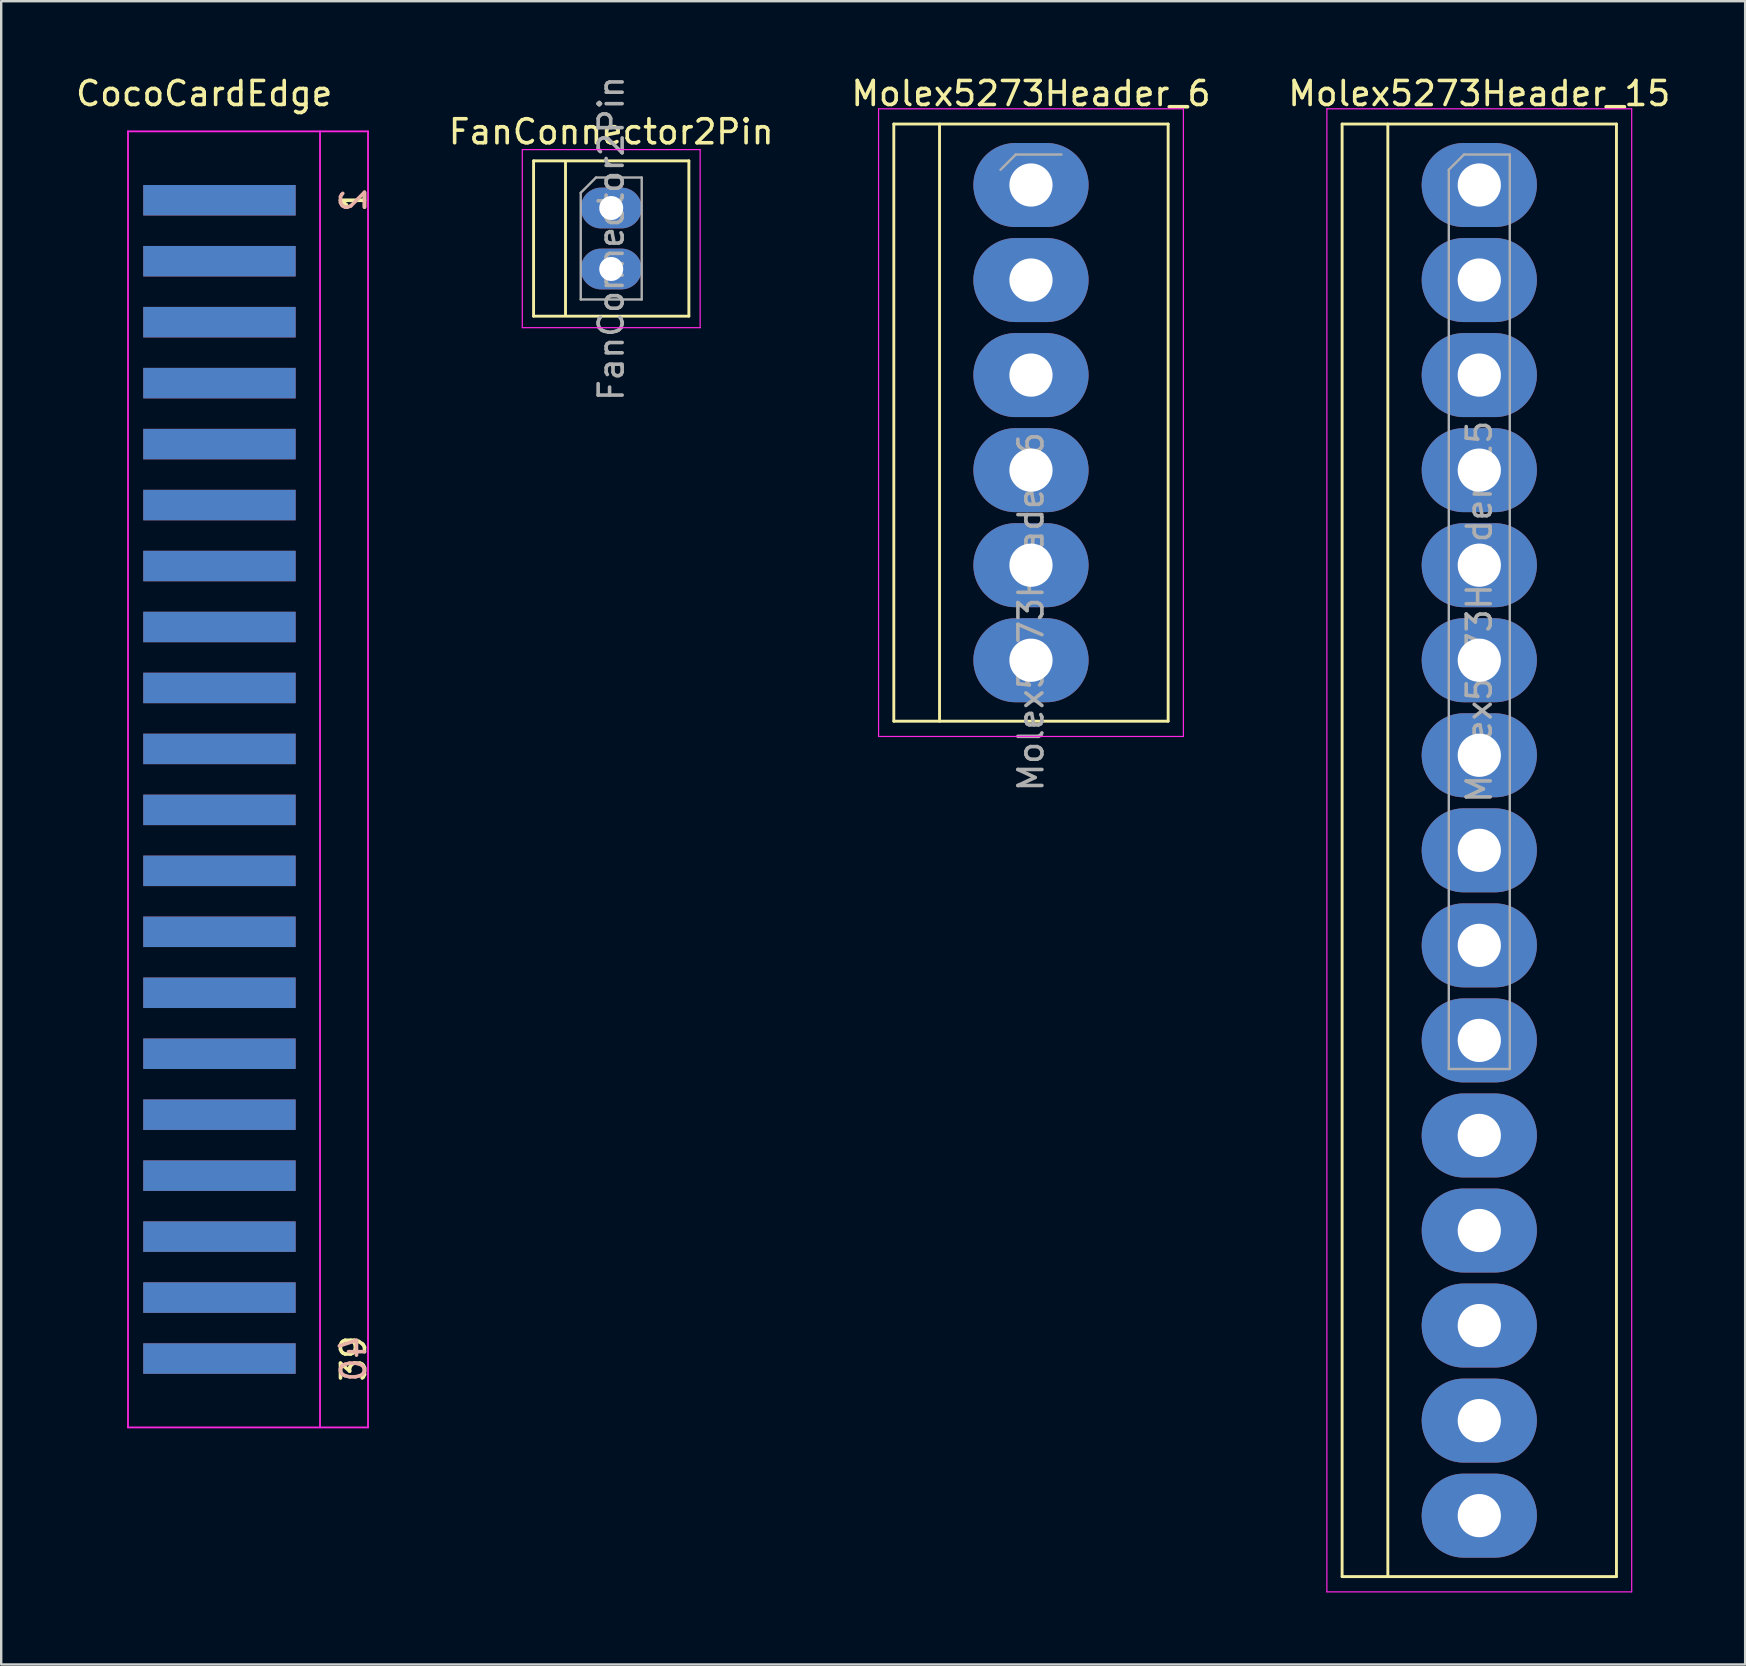
<source format=kicad_pcb>
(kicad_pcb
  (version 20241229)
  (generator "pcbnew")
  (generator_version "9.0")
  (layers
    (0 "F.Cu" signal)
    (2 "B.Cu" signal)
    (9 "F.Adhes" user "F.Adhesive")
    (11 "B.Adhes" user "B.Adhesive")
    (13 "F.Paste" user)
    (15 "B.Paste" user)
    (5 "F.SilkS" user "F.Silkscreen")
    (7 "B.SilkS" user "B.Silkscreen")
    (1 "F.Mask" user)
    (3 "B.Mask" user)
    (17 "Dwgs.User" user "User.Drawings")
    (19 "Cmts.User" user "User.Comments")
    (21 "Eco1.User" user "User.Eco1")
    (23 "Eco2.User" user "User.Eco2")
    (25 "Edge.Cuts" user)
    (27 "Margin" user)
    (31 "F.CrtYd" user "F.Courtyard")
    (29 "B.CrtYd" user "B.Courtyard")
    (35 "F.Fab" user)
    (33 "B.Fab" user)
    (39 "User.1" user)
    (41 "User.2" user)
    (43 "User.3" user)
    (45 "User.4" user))
  (footprint "CocoCardEdge"
    (layer "F.Cu")
    (at 2.283 29.423)
    (property "Reference" "CocoCardEdge" (at 3.175 -28.575 0) (layer "F.SilkS") (effects (font (size 1 1) (thickness 0.15))))
    (attr through_hole)
    (fp_line (start 0 -27) (end 0 27) (stroke (width 0.075) (type solid)) (layer "F.CrtYd"))
    (fp_line (start 8 27) (end 8 -27) (stroke (width 0.075) (type solid)) (layer "F.CrtYd"))
    (fp_line (start 10 -27) (end 0 -27) (stroke (width 0.075) (type solid)) (layer "F.CrtYd"))
    (fp_line (start 10 -27) (end 10 27) (stroke (width 0.075) (type solid)) (layer "F.CrtYd"))
    (fp_line (start 10 27) (end 0 27) (stroke (width 0.075) (type solid)) (layer "F.CrtYd"))
    (fp_text user "1" (at 9.398 -24.13 90) (layer "F.SilkS") (effects (font (size 1 1) (thickness 0.15))))
    (fp_text user "39" (at 9.398 24.13 90) (layer "F.SilkS") (effects (font (size 1 1) (thickness 0.15))))
    (fp_text user "2" (at 9.398 -24.13 90) (layer "B.SilkS") (effects (font (size 1 1) (thickness 0.15)) (justify mirror)))
    (fp_text user "40" (at 9.398 24.13 90) (layer "B.SilkS") (effects (font (size 1 1) (thickness 0.15)) (justify mirror)))
    (pad "1" connect rect (at 3.81 -24.13) (size 6.35 1.27) (layers "F.Cu" "F.Mask"))
    (pad "2" connect rect (at 3.81 -24.13) (size 6.35 1.27) (layers "B.Cu" "B.Mask"))
    (pad "3" connect rect (at 3.81 -21.59) (size 6.35 1.27) (layers "F.Cu" "F.Mask"))
    (pad "4" connect rect (at 3.81 -21.59) (size 6.35 1.27) (layers "B.Cu" "B.Mask"))
    (pad "5" connect rect (at 3.81 -19.05) (size 6.35 1.27) (layers "F.Cu" "F.Mask"))
    (pad "6" connect rect (at 3.81 -19.05) (size 6.35 1.27) (layers "B.Cu" "B.Mask"))
    (pad "7" connect rect (at 3.81 -16.51) (size 6.35 1.27) (layers "F.Cu" "F.Mask"))
    (pad "8" connect rect (at 3.81 -16.51) (size 6.35 1.27) (layers "B.Cu" "B.Mask"))
    (pad "9" connect rect (at 3.81 -13.97) (size 6.35 1.27) (layers "F.Cu" "F.Mask"))
    (pad "10" connect rect (at 3.81 -13.97) (size 6.35 1.27) (layers "B.Cu" "B.Mask"))
    (pad "11" connect rect (at 3.81 -11.43) (size 6.35 1.27) (layers "F.Cu" "F.Mask"))
    (pad "12" connect rect (at 3.81 -11.43) (size 6.35 1.27) (layers "B.Cu" "B.Mask"))
    (pad "13" connect rect (at 3.81 -8.89) (size 6.35 1.27) (layers "F.Cu" "F.Mask"))
    (pad "14" connect rect (at 3.81 -8.89) (size 6.35 1.27) (layers "B.Cu" "B.Mask"))
    (pad "15" connect rect (at 3.81 -6.35) (size 6.35 1.27) (layers "F.Cu" "F.Mask"))
    (pad "16" connect rect (at 3.81 -6.35) (size 6.35 1.27) (layers "B.Cu" "B.Mask"))
    (pad "17" connect rect (at 3.81 -3.81) (size 6.35 1.27) (layers "F.Cu" "F.Mask"))
    (pad "18" connect rect (at 3.81 -3.81) (size 6.35 1.27) (layers "B.Cu" "B.Mask"))
    (pad "19" connect rect (at 3.81 -1.27) (size 6.35 1.27) (layers "F.Cu" "F.Mask"))
    (pad "20" connect rect (at 3.81 -1.27) (size 6.35 1.27) (layers "B.Cu" "B.Mask"))
    (pad "21" connect rect (at 3.81 1.27) (size 6.35 1.27) (layers "F.Cu" "F.Mask"))
    (pad "22" connect rect (at 3.81 1.27) (size 6.35 1.27) (layers "B.Cu" "B.Mask"))
    (pad "23" connect rect (at 3.81 3.81) (size 6.35 1.27) (layers "F.Cu" "F.Mask"))
    (pad "24" connect rect (at 3.81 3.81) (size 6.35 1.27) (layers "B.Cu" "B.Mask"))
    (pad "25" connect rect (at 3.81 6.35) (size 6.35 1.27) (layers "F.Cu" "F.Mask"))
    (pad "26" connect rect (at 3.81 6.35) (size 6.35 1.27) (layers "B.Cu" "B.Mask"))
    (pad "27" connect rect (at 3.81 8.89) (size 6.35 1.27) (layers "F.Cu" "F.Mask"))
    (pad "28" connect rect (at 3.81 8.89) (size 6.35 1.27) (layers "B.Cu" "B.Mask"))
    (pad "29" connect rect (at 3.81 11.43) (size 6.35 1.27) (layers "F.Cu" "F.Mask"))
    (pad "30" connect rect (at 3.81 11.43) (size 6.35 1.27) (layers "B.Cu" "B.Mask"))
    (pad "31" connect rect (at 3.81 13.97) (size 6.35 1.27) (layers "F.Cu" "F.Mask"))
    (pad "32" connect rect (at 3.81 13.97) (size 6.35 1.27) (layers "B.Cu" "B.Mask"))
    (pad "33" connect rect (at 3.81 16.51) (size 6.35 1.27) (layers "F.Cu" "F.Mask"))
    (pad "34" connect rect (at 3.81 16.51) (size 6.35 1.27) (layers "B.Cu" "B.Mask"))
    (pad "35" connect rect (at 3.81 19.05) (size 6.35 1.27) (layers "F.Cu" "F.Mask"))
    (pad "36" connect rect (at 3.81 19.05) (size 6.35 1.27) (layers "B.Cu" "B.Mask"))
    (pad "37" connect rect (at 3.81 21.59) (size 6.35 1.27) (layers "F.Cu" "F.Mask"))
    (pad "38" connect rect (at 3.81 21.59) (size 6.35 1.27) (layers "B.Cu" "B.Mask"))
    (pad "39" connect rect (at 3.81 24.13) (size 6.35 1.27) (layers "F.Cu" "F.Mask"))
    (pad "40" connect rect (at 3.81 24.13) (size 6.35 1.27) (layers "B.Cu" "B.Mask")))
  (footprint "FanConnector2Pin"
    (layer "F.Cu")
    (at 22.416 5.617)
    (property "Reference" "FanConnector2Pin" (at 0 -3.175 0) (layer "F.SilkS") (effects (font (size 1 1) (thickness 0.15))))
    (attr through_hole)
    (fp_line (start -3.235 -1.965) (end 3.235 -1.965) (stroke (width 0.12) (type solid)) (layer "F.SilkS"))
    (fp_line (start -3.235 4.505) (end -3.235 -1.965) (stroke (width 0.12) (type solid)) (layer "F.SilkS"))
    (fp_line (start -3.235 4.505) (end 3.235 4.505) (stroke (width 0.12) (type solid)) (layer "F.SilkS"))
    (fp_line (start -1.905 -1.905) (end -1.905 4.445) (stroke (width 0.12) (type solid)) (layer "F.SilkS"))
    (fp_line (start 3.235 -1.965) (end 3.235 4.505) (stroke (width 0.12) (type solid)) (layer "F.SilkS"))
    (fp_line (start -3.705 -2.435) (end -3.705 4.985) (stroke (width 0.05) (type solid)) (layer "F.CrtYd"))
    (fp_line (start -3.705 4.985) (end 3.705 4.985) (stroke (width 0.05) (type solid)) (layer "F.CrtYd"))
    (fp_line (start 3.705 -2.435) (end -3.705 -2.435) (stroke (width 0.05) (type solid)) (layer "F.CrtYd"))
    (fp_line (start 3.705 4.985) (end 3.705 -2.435) (stroke (width 0.05) (type solid)) (layer "F.CrtYd"))
    (fp_line (start -1.27 -0.635) (end -0.635 -1.27) (stroke (width 0.1) (type solid)) (layer "F.Fab"))
    (fp_line (start -1.27 3.81) (end -1.27 -0.635) (stroke (width 0.1) (type solid)) (layer "F.Fab"))
    (fp_line (start -0.635 -1.27) (end 1.27 -1.27) (stroke (width 0.1) (type solid)) (layer "F.Fab"))
    (fp_line (start 1.27 -1.27) (end 1.27 3.81) (stroke (width 0.1) (type solid)) (layer "F.Fab"))
    (fp_line (start 1.27 3.81) (end -1.27 3.81) (stroke (width 0.1) (type solid)) (layer "F.Fab"))
    (fp_text user "${REFERENCE}" (at 0 1.27 90) (layer "F.Fab") (effects (font (size 1 1) (thickness 0.15))))
    (pad "1" thru_hole oval (at 0 0) (size 2.54 1.7) (drill 1) (layers "*.Cu" "*.Mask"))
    (pad "2" thru_hole oval (at 0 2.54) (size 2.54 1.7) (drill 1) (layers "*.Cu" "*.Mask")))
  (footprint "Molex5273Header_6"
    (layer "F.Cu")
    (at 39.905 4.658)
    (property "Reference" "Molex5273Header_6" (at 0 -3.81 0) (layer "F.SilkS") (effects (font (size 1 1) (thickness 0.15))))
    (attr through_hole)
    (fp_line (start -5.715 -2.54) (end 5.715 -2.54) (stroke (width 0.12) (type solid)) (layer "F.SilkS"))
    (fp_line (start -5.715 22.34) (end -5.715 -2.54) (stroke (width 0.12) (type solid)) (layer "F.SilkS"))
    (fp_line (start -3.81 -2.54) (end -3.81 22.34) (stroke (width 0.12) (type solid)) (layer "F.SilkS"))
    (fp_line (start 5.715 -2.54) (end 5.715 22.34) (stroke (width 0.12) (type solid)) (layer "F.SilkS"))
    (fp_line (start 5.715 22.34) (end -5.715 22.34) (stroke (width 0.12) (type solid)) (layer "F.SilkS"))
    (fp_line (start -6.35 -3.175) (end -6.35 22.975) (stroke (width 0.05) (type solid)) (layer "F.CrtYd"))
    (fp_line (start -6.35 22.975) (end 6.35 22.975) (stroke (width 0.05) (type solid)) (layer "F.CrtYd"))
    (fp_line (start 6.35 -3.175) (end -6.35 -3.175) (stroke (width 0.05) (type solid)) (layer "F.CrtYd"))
    (fp_line (start 6.35 22.975) (end 6.35 -3.175) (stroke (width 0.05) (type solid)) (layer "F.CrtYd"))
    (fp_line (start -1.27 -0.635) (end -0.635 -1.27) (stroke (width 0.1) (type solid)) (layer "F.Fab"))
    (fp_line (start -0.635 -1.27) (end 1.27 -1.27) (stroke (width 0.1) (type solid)) (layer "F.Fab"))
    (fp_text user "${REFERENCE}" (at 0 17.78 90) (layer "F.Fab") (effects (font (size 1 1) (thickness 0.15))))
    (pad "1" thru_hole oval (at 0 0) (size 4.8 3.5) (drill 1.8) (layers "*.Cu" "*.Mask"))
    (pad "2" thru_hole oval (at 0 3.96) (size 4.8 3.5) (drill 1.8) (layers "*.Cu" "*.Mask"))
    (pad "3" thru_hole oval (at 0 7.92) (size 4.8 3.5) (drill 1.8) (layers "*.Cu" "*.Mask"))
    (pad "4" thru_hole oval (at 0 11.88) (size 4.8 3.5) (drill 1.8) (layers "*.Cu" "*.Mask"))
    (pad "5" thru_hole oval (at 0 15.84) (size 4.8 3.5) (drill 1.8) (layers "*.Cu" "*.Mask"))
    (pad "6" thru_hole oval (at 0 19.8) (size 4.8 3.5) (drill 1.8) (layers "*.Cu" "*.Mask")))
  (footprint "Molex5273Header_15"
    (layer "F.Cu")
    (at 58.583 4.658)
    (property "Reference" "Molex5273Header_15" (at 0 -3.81 0) (layer "F.SilkS") (effects (font (size 1 1) (thickness 0.15))))
    (attr through_hole)
    (fp_line (start -5.715 -2.54) (end 5.715 -2.54) (stroke (width 0.12) (type solid)) (layer "F.SilkS"))
    (fp_line (start -5.715 57.98) (end -5.715 -2.54) (stroke (width 0.12) (type solid)) (layer "F.SilkS"))
    (fp_line (start -3.81 -2.54) (end -3.81 57.98) (stroke (width 0.12) (type solid)) (layer "F.SilkS"))
    (fp_line (start 5.715 -2.54) (end 5.715 57.98) (stroke (width 0.12) (type solid)) (layer "F.SilkS"))
    (fp_line (start 5.715 57.98) (end -5.715 57.98) (stroke (width 0.12) (type solid)) (layer "F.SilkS"))
    (fp_line (start -6.35 -3.175) (end -6.35 58.615) (stroke (width 0.05) (type solid)) (layer "F.CrtYd"))
    (fp_line (start -6.35 58.615) (end 6.35 58.615) (stroke (width 0.05) (type solid)) (layer "F.CrtYd"))
    (fp_line (start 6.35 -3.175) (end -6.35 -3.175) (stroke (width 0.05) (type solid)) (layer "F.CrtYd"))
    (fp_line (start 6.35 58.615) (end 6.35 -3.175) (stroke (width 0.05) (type solid)) (layer "F.CrtYd"))
    (fp_line (start -1.27 -0.635) (end -0.635 -1.27) (stroke (width 0.1) (type solid)) (layer "F.Fab"))
    (fp_line (start -1.27 36.83) (end -1.27 -0.635) (stroke (width 0.1) (type solid)) (layer "F.Fab"))
    (fp_line (start -0.635 -1.27) (end 1.27 -1.27) (stroke (width 0.1) (type solid)) (layer "F.Fab"))
    (fp_line (start 1.27 -1.27) (end 1.27 36.83) (stroke (width 0.1) (type solid)) (layer "F.Fab"))
    (fp_line (start 1.27 36.83) (end -1.27 36.83) (stroke (width 0.1) (type solid)) (layer "F.Fab"))
    (fp_text user "${REFERENCE}" (at 0 17.78 90) (layer "F.Fab") (effects (font (size 1 1) (thickness 0.15))))
    (pad "1" thru_hole oval (at 0 0) (size 4.8 3.5) (drill 1.8) (layers "*.Cu" "*.Mask"))
    (pad "2" thru_hole oval (at 0 3.96) (size 4.8 3.5) (drill 1.8) (layers "*.Cu" "*.Mask"))
    (pad "3" thru_hole oval (at 0 7.92) (size 4.8 3.5) (drill 1.8) (layers "*.Cu" "*.Mask"))
    (pad "4" thru_hole oval (at 0 11.88) (size 4.8 3.5) (drill 1.8) (layers "*.Cu" "*.Mask"))
    (pad "5" thru_hole oval (at 0 15.84) (size 4.8 3.5) (drill 1.8) (layers "*.Cu" "*.Mask"))
    (pad "6" thru_hole oval (at 0 19.8) (size 4.8 3.5) (drill 1.8) (layers "*.Cu" "*.Mask"))
    (pad "7" thru_hole oval (at 0 23.76) (size 4.8 3.5) (drill 1.8) (layers "*.Cu" "*.Mask"))
    (pad "8" thru_hole oval (at 0 27.72) (size 4.8 3.5) (drill 1.8) (layers "*.Cu" "*.Mask"))
    (pad "9" thru_hole oval (at 0 31.68) (size 4.8 3.5) (drill 1.8) (layers "*.Cu" "*.Mask"))
    (pad "10" thru_hole oval (at 0 35.64) (size 4.8 3.5) (drill 1.8) (layers "*.Cu" "*.Mask"))
    (pad "11" thru_hole oval (at 0 39.6) (size 4.8 3.5) (drill 1.8) (layers "*.Cu" "*.Mask"))
    (pad "12" thru_hole oval (at 0 43.56) (size 4.8 3.5) (drill 1.8) (layers "*.Cu" "*.Mask"))
    (pad "13" thru_hole oval (at 0 47.52) (size 4.8 3.5) (drill 1.8) (layers "*.Cu" "*.Mask"))
    (pad "14" thru_hole oval (at 0 51.48) (size 4.8 3.5) (drill 1.8) (layers "*.Cu" "*.Mask"))
    (pad "15" thru_hole oval (at 0 55.44) (size 4.8 3.5) (drill 1.8) (layers "*.Cu" "*.Mask")))
  (gr_rect
    (start -3 -3)
    (end 69.661 66.298)
    (stroke (width 0.1) (type default))
    (fill no)
    (layer "Edge.Cuts")))
</source>
